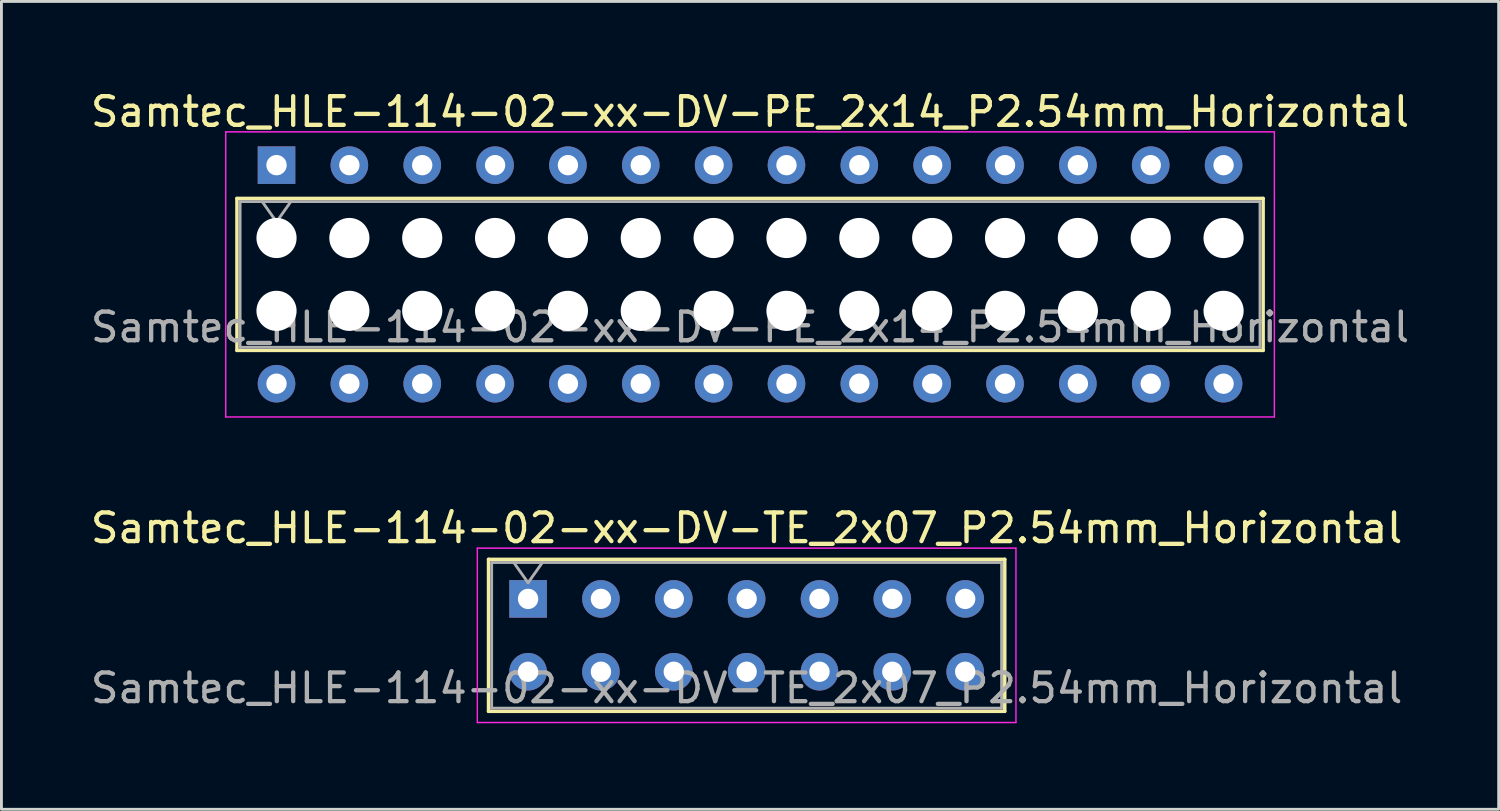
<source format=kicad_pcb>
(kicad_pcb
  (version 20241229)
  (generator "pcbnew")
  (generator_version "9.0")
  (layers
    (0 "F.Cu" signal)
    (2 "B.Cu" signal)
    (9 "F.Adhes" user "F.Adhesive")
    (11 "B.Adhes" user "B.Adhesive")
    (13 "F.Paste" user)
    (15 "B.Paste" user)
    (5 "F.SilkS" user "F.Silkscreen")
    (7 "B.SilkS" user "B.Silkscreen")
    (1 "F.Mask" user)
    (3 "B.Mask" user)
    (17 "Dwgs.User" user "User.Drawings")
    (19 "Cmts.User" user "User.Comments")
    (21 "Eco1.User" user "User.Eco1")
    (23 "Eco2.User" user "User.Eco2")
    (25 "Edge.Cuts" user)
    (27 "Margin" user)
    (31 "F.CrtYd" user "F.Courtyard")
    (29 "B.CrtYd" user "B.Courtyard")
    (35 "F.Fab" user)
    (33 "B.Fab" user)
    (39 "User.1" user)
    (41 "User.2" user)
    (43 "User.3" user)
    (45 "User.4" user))
  (footprint "Samtec_HLE-114-02-xx-DV-TE_2x07_P2.54mm_Horizontal"
    (layer "F.Cu")
    (at 15.362 17.831)
    (property "Reference" "Samtec_HLE-114-02-xx-DV-TE_2x07_P2.54mm_Horizontal" (at 7.62 -2.47 0) (layer "F.SilkS") (effects (font (size 1 1) (thickness 0.15))))
    (attr through_hole)
    (fp_line (start -1.38 -1.38) (end 16.62 -1.38) (stroke (width 0.12) (type solid)) (layer "F.SilkS"))
    (fp_line (start -1.38 3.92) (end -1.38 -1.38) (stroke (width 0.12) (type solid)) (layer "F.SilkS"))
    (fp_line (start 16.62 -1.38) (end 16.62 3.92) (stroke (width 0.12) (type solid)) (layer "F.SilkS"))
    (fp_line (start 16.62 3.92) (end -1.38 3.92) (stroke (width 0.12) (type solid)) (layer "F.SilkS"))
    (fp_line (start -1.77 -1.77) (end 17.01 -1.77) (stroke (width 0.05) (type solid)) (layer "F.CrtYd"))
    (fp_line (start -1.77 4.31) (end -1.77 -1.77) (stroke (width 0.05) (type solid)) (layer "F.CrtYd"))
    (fp_line (start 17.01 -1.77) (end 17.01 4.31) (stroke (width 0.05) (type solid)) (layer "F.CrtYd"))
    (fp_line (start 17.01 4.31) (end -1.77 4.31) (stroke (width 0.05) (type solid)) (layer "F.CrtYd"))
    (fp_line (start -1.27 -1.27) (end 16.51 -1.27) (stroke (width 0.1) (type solid)) (layer "F.Fab"))
    (fp_line (start -1.27 3.81) (end -1.27 -1.27) (stroke (width 0.1) (type solid)) (layer "F.Fab"))
    (fp_line (start -0.5 -1.27) (end 0 -0.563) (stroke (width 0.1) (type solid)) (layer "F.Fab"))
    (fp_line (start 0 -0.563) (end 0.5 -1.27) (stroke (width 0.1) (type solid)) (layer "F.Fab"))
    (fp_line (start 16.51 -1.27) (end 16.51 3.81) (stroke (width 0.1) (type solid)) (layer "F.Fab"))
    (fp_line (start 16.51 3.81) (end -1.27 3.81) (stroke (width 0.1) (type solid)) (layer "F.Fab"))
    (fp_text user "${REFERENCE}" (at 7.62 3.11 0) (layer "F.Fab") (effects (font (size 1 1) (thickness 0.15))))
    (pad "1" thru_hole rect (at 0 0) (size 1.31 1.31) (drill 0.71) (layers "*.Cu" "*.Mask"))
    (pad "2" thru_hole circle (at 0 2.54) (size 1.31 1.31) (drill 0.71) (layers "*.Cu" "*.Mask"))
    (pad "3" thru_hole circle (at 2.54 0) (size 1.31 1.31) (drill 0.71) (layers "*.Cu" "*.Mask"))
    (pad "4" thru_hole circle (at 2.54 2.54) (size 1.31 1.31) (drill 0.71) (layers "*.Cu" "*.Mask"))
    (pad "5" thru_hole circle (at 5.08 0) (size 1.31 1.31) (drill 0.71) (layers "*.Cu" "*.Mask"))
    (pad "6" thru_hole circle (at 5.08 2.54) (size 1.31 1.31) (drill 0.71) (layers "*.Cu" "*.Mask"))
    (pad "7" thru_hole circle (at 7.62 0) (size 1.31 1.31) (drill 0.71) (layers "*.Cu" "*.Mask"))
    (pad "8" thru_hole circle (at 7.62 2.54) (size 1.31 1.31) (drill 0.71) (layers "*.Cu" "*.Mask"))
    (pad "9" thru_hole circle (at 10.16 0) (size 1.31 1.31) (drill 0.71) (layers "*.Cu" "*.Mask"))
    (pad "10" thru_hole circle (at 10.16 2.54) (size 1.31 1.31) (drill 0.71) (layers "*.Cu" "*.Mask"))
    (pad "11" thru_hole circle (at 12.7 0) (size 1.31 1.31) (drill 0.71) (layers "*.Cu" "*.Mask"))
    (pad "12" thru_hole circle (at 12.7 2.54) (size 1.31 1.31) (drill 0.71) (layers "*.Cu" "*.Mask"))
    (pad "13" thru_hole circle (at 15.24 0) (size 1.31 1.31) (drill 0.71) (layers "*.Cu" "*.Mask"))
    (pad "14" thru_hole circle (at 15.24 2.54) (size 1.31 1.31) (drill 0.71) (layers "*.Cu" "*.Mask")))
  (footprint "Samtec_HLE-114-02-xx-DV-PE_2x14_P2.54mm_Horizontal"
    (layer "F.Cu")
    (at 6.591 2.708)
    (property "Reference" "Samtec_HLE-114-02-xx-DV-PE_2x14_P2.54mm_Horizontal" (at 16.51 -1.86 0) (layer "F.SilkS") (effects (font (size 1 1) (thickness 0.15))))
    (attr through_hole)
    (fp_line (start -1.38 1.16) (end 34.4 1.16) (stroke (width 0.12) (type solid)) (layer "F.SilkS"))
    (fp_line (start -1.38 6.46) (end -1.38 1.16) (stroke (width 0.12) (type solid)) (layer "F.SilkS"))
    (fp_line (start 34.4 1.16) (end 34.4 6.46) (stroke (width 0.12) (type solid)) (layer "F.SilkS"))
    (fp_line (start 34.4 6.46) (end -1.38 6.46) (stroke (width 0.12) (type solid)) (layer "F.SilkS"))
    (fp_line (start -1.77 -1.16) (end 34.79 -1.16) (stroke (width 0.05) (type solid)) (layer "F.CrtYd"))
    (fp_line (start -1.77 8.78) (end -1.77 -1.16) (stroke (width 0.05) (type solid)) (layer "F.CrtYd"))
    (fp_line (start 34.79 -1.16) (end 34.79 8.78) (stroke (width 0.05) (type solid)) (layer "F.CrtYd"))
    (fp_line (start 34.79 8.78) (end -1.77 8.78) (stroke (width 0.05) (type solid)) (layer "F.CrtYd"))
    (fp_line (start -1.27 1.27) (end 34.29 1.27) (stroke (width 0.1) (type solid)) (layer "F.Fab"))
    (fp_line (start -1.27 6.35) (end -1.27 1.27) (stroke (width 0.1) (type solid)) (layer "F.Fab"))
    (fp_line (start -0.5 1.27) (end 0 1.977) (stroke (width 0.1) (type solid)) (layer "F.Fab"))
    (fp_line (start 0 1.977) (end 0.5 1.27) (stroke (width 0.1) (type solid)) (layer "F.Fab"))
    (fp_line (start 34.29 1.27) (end 34.29 6.35) (stroke (width 0.1) (type solid)) (layer "F.Fab"))
    (fp_line (start 34.29 6.35) (end -1.27 6.35) (stroke (width 0.1) (type solid)) (layer "F.Fab"))
    (fp_text user "${REFERENCE}" (at 16.51 5.65 0) (layer "F.Fab") (effects (font (size 1 1) (thickness 0.15))))
    (pad "" np_thru_hole circle (at 0 2.54) (size 1.4 1.4) (drill 1.4) (layers "*.Cu" "*.Mask"))
    (pad "" np_thru_hole circle (at 0 5.08) (size 1.4 1.4) (drill 1.4) (layers "*.Cu" "*.Mask"))
    (pad "" np_thru_hole circle (at 2.54 2.54) (size 1.4 1.4) (drill 1.4) (layers "*.Cu" "*.Mask"))
    (pad "" np_thru_hole circle (at 2.54 5.08) (size 1.4 1.4) (drill 1.4) (layers "*.Cu" "*.Mask"))
    (pad "" np_thru_hole circle (at 5.08 2.54) (size 1.4 1.4) (drill 1.4) (layers "*.Cu" "*.Mask"))
    (pad "" np_thru_hole circle (at 5.08 5.08) (size 1.4 1.4) (drill 1.4) (layers "*.Cu" "*.Mask"))
    (pad "" np_thru_hole circle (at 7.62 2.54) (size 1.4 1.4) (drill 1.4) (layers "*.Cu" "*.Mask"))
    (pad "" np_thru_hole circle (at 7.62 5.08) (size 1.4 1.4) (drill 1.4) (layers "*.Cu" "*.Mask"))
    (pad "" np_thru_hole circle (at 10.16 2.54) (size 1.4 1.4) (drill 1.4) (layers "*.Cu" "*.Mask"))
    (pad "" np_thru_hole circle (at 10.16 5.08) (size 1.4 1.4) (drill 1.4) (layers "*.Cu" "*.Mask"))
    (pad "" np_thru_hole circle (at 12.7 2.54) (size 1.4 1.4) (drill 1.4) (layers "*.Cu" "*.Mask"))
    (pad "" np_thru_hole circle (at 12.7 5.08) (size 1.4 1.4) (drill 1.4) (layers "*.Cu" "*.Mask"))
    (pad "" np_thru_hole circle (at 15.24 2.54) (size 1.4 1.4) (drill 1.4) (layers "*.Cu" "*.Mask"))
    (pad "" np_thru_hole circle (at 15.24 5.08) (size 1.4 1.4) (drill 1.4) (layers "*.Cu" "*.Mask"))
    (pad "" np_thru_hole circle (at 17.78 2.54) (size 1.4 1.4) (drill 1.4) (layers "*.Cu" "*.Mask"))
    (pad "" np_thru_hole circle (at 17.78 5.08) (size 1.4 1.4) (drill 1.4) (layers "*.Cu" "*.Mask"))
    (pad "" np_thru_hole circle (at 20.32 2.54) (size 1.4 1.4) (drill 1.4) (layers "*.Cu" "*.Mask"))
    (pad "" np_thru_hole circle (at 20.32 5.08) (size 1.4 1.4) (drill 1.4) (layers "*.Cu" "*.Mask"))
    (pad "" np_thru_hole circle (at 22.86 2.54) (size 1.4 1.4) (drill 1.4) (layers "*.Cu" "*.Mask"))
    (pad "" np_thru_hole circle (at 22.86 5.08) (size 1.4 1.4) (drill 1.4) (layers "*.Cu" "*.Mask"))
    (pad "" np_thru_hole circle (at 25.4 2.54) (size 1.4 1.4) (drill 1.4) (layers "*.Cu" "*.Mask"))
    (pad "" np_thru_hole circle (at 25.4 5.08) (size 1.4 1.4) (drill 1.4) (layers "*.Cu" "*.Mask"))
    (pad "" np_thru_hole circle (at 27.94 2.54) (size 1.4 1.4) (drill 1.4) (layers "*.Cu" "*.Mask"))
    (pad "" np_thru_hole circle (at 27.94 5.08) (size 1.4 1.4) (drill 1.4) (layers "*.Cu" "*.Mask"))
    (pad "" np_thru_hole circle (at 30.48 2.54) (size 1.4 1.4) (drill 1.4) (layers "*.Cu" "*.Mask"))
    (pad "" np_thru_hole circle (at 30.48 5.08) (size 1.4 1.4) (drill 1.4) (layers "*.Cu" "*.Mask"))
    (pad "" np_thru_hole circle (at 33.02 2.54) (size 1.4 1.4) (drill 1.4) (layers "*.Cu" "*.Mask"))
    (pad "" np_thru_hole circle (at 33.02 5.08) (size 1.4 1.4) (drill 1.4) (layers "*.Cu" "*.Mask"))
    (pad "1" thru_hole rect (at 0 0) (size 1.31 1.31) (drill 0.71) (layers "*.Cu" "*.Mask"))
    (pad "2" thru_hole circle (at 0 7.62) (size 1.31 1.31) (drill 0.71) (layers "*.Cu" "*.Mask"))
    (pad "3" thru_hole circle (at 2.54 0) (size 1.31 1.31) (drill 0.71) (layers "*.Cu" "*.Mask"))
    (pad "4" thru_hole circle (at 2.54 7.62) (size 1.31 1.31) (drill 0.71) (layers "*.Cu" "*.Mask"))
    (pad "5" thru_hole circle (at 5.08 0) (size 1.31 1.31) (drill 0.71) (layers "*.Cu" "*.Mask"))
    (pad "6" thru_hole circle (at 5.08 7.62) (size 1.31 1.31) (drill 0.71) (layers "*.Cu" "*.Mask"))
    (pad "7" thru_hole circle (at 7.62 0) (size 1.31 1.31) (drill 0.71) (layers "*.Cu" "*.Mask"))
    (pad "8" thru_hole circle (at 7.62 7.62) (size 1.31 1.31) (drill 0.71) (layers "*.Cu" "*.Mask"))
    (pad "9" thru_hole circle (at 10.16 0) (size 1.31 1.31) (drill 0.71) (layers "*.Cu" "*.Mask"))
    (pad "10" thru_hole circle (at 10.16 7.62) (size 1.31 1.31) (drill 0.71) (layers "*.Cu" "*.Mask"))
    (pad "11" thru_hole circle (at 12.7 0) (size 1.31 1.31) (drill 0.71) (layers "*.Cu" "*.Mask"))
    (pad "12" thru_hole circle (at 12.7 7.62) (size 1.31 1.31) (drill 0.71) (layers "*.Cu" "*.Mask"))
    (pad "13" thru_hole circle (at 15.24 0) (size 1.31 1.31) (drill 0.71) (layers "*.Cu" "*.Mask"))
    (pad "14" thru_hole circle (at 15.24 7.62) (size 1.31 1.31) (drill 0.71) (layers "*.Cu" "*.Mask"))
    (pad "15" thru_hole circle (at 17.78 0) (size 1.31 1.31) (drill 0.71) (layers "*.Cu" "*.Mask"))
    (pad "16" thru_hole circle (at 17.78 7.62) (size 1.31 1.31) (drill 0.71) (layers "*.Cu" "*.Mask"))
    (pad "17" thru_hole circle (at 20.32 0) (size 1.31 1.31) (drill 0.71) (layers "*.Cu" "*.Mask"))
    (pad "18" thru_hole circle (at 20.32 7.62) (size 1.31 1.31) (drill 0.71) (layers "*.Cu" "*.Mask"))
    (pad "19" thru_hole circle (at 22.86 0) (size 1.31 1.31) (drill 0.71) (layers "*.Cu" "*.Mask"))
    (pad "20" thru_hole circle (at 22.86 7.62) (size 1.31 1.31) (drill 0.71) (layers "*.Cu" "*.Mask"))
    (pad "21" thru_hole circle (at 25.4 0) (size 1.31 1.31) (drill 0.71) (layers "*.Cu" "*.Mask"))
    (pad "22" thru_hole circle (at 25.4 7.62) (size 1.31 1.31) (drill 0.71) (layers "*.Cu" "*.Mask"))
    (pad "23" thru_hole circle (at 27.94 0) (size 1.31 1.31) (drill 0.71) (layers "*.Cu" "*.Mask"))
    (pad "24" thru_hole circle (at 27.94 7.62) (size 1.31 1.31) (drill 0.71) (layers "*.Cu" "*.Mask"))
    (pad "25" thru_hole circle (at 30.48 0) (size 1.31 1.31) (drill 0.71) (layers "*.Cu" "*.Mask"))
    (pad "26" thru_hole circle (at 30.48 7.62) (size 1.31 1.31) (drill 0.71) (layers "*.Cu" "*.Mask"))
    (pad "27" thru_hole circle (at 33.02 0) (size 1.31 1.31) (drill 0.71) (layers "*.Cu" "*.Mask"))
    (pad "28" thru_hole circle (at 33.02 7.62) (size 1.31 1.31) (drill 0.71) (layers "*.Cu" "*.Mask")))
  (gr_rect
    (start -3 -3)
    (end 49.202 25.166)
    (stroke (width 0.1) (type default))
    (fill no)
    (layer "Edge.Cuts")))
</source>
